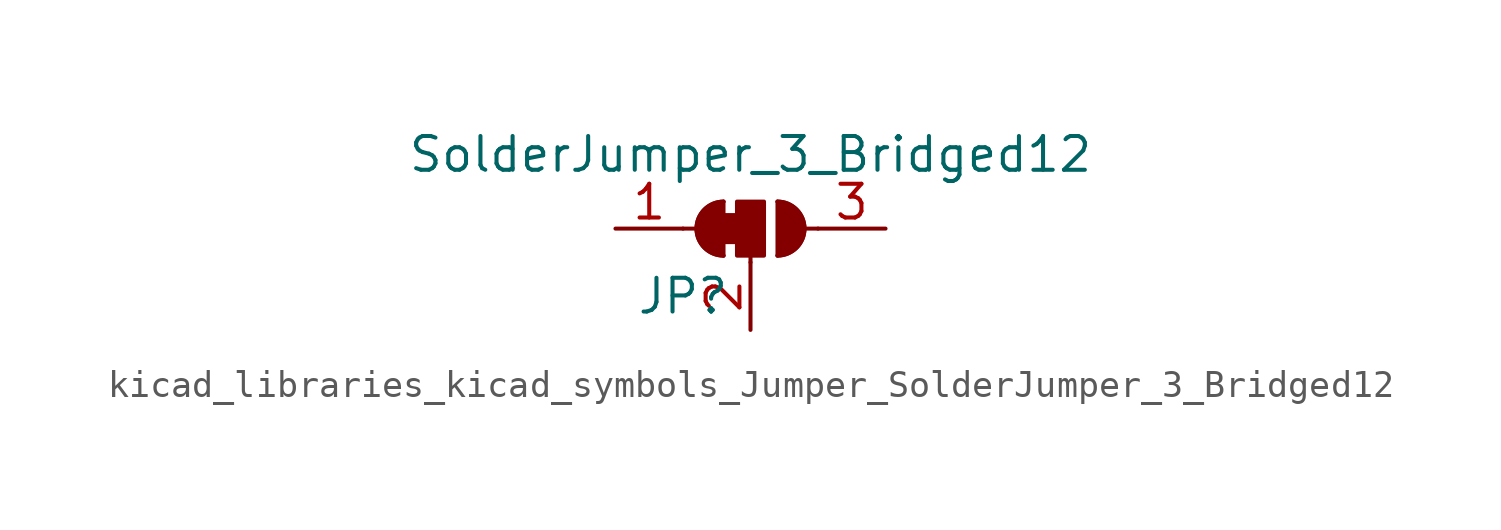
<source format=kicad_sym>
(kicad_symbol_lib
  (version 20220914)
  (generator kicad_symbol_editor)
  (symbol "kicad_libraries_kicad_symbols_Jumper_SolderJumper_3_Bridged12"
    (pin_names
      (offset 0) hide)
    (property "Reference" "JP"
      (at -2.54 -2.54 0)
      (effects (font (size 1.27 1.27))))
    (property "Value" "SolderJumper_3_Bridged12"
      (at 0 2.794 0)
      (effects (font (size 1.27 1.27))))
    (symbol "kicad_libraries_kicad_symbols_Jumper_SolderJumper_3_Bridged12_0_1"
      (rectangle (start -1.016 0.508) (end -0.508 -0.508) (stroke (width 0) (type default)) (fill (type outline)))
      (arc (start -1.016 1.016) (mid -2.0276 0) (end -1.016 -1.016) (stroke (width 0) (type default)) (fill (type none)))
      (arc (start -1.016 1.016) (mid -2.0276 0) (end -1.016 -1.016) (stroke (width 0) (type default)) (fill (type outline)))
      (rectangle (start -0.508 1.016) (end 0.508 -1.016) (stroke (width 0) (type default)) (fill (type outline)))
      (polyline (pts (xy -2.54 0) (xy -2.032 0)) (stroke (width 0) (type default)) (fill (type none)))
      (polyline (pts (xy -1.016 1.016) (xy -1.016 -1.016)) (stroke (width 0) (type default)) (fill (type none)))
      (polyline (pts (xy 0 -1.27) (xy 0 -1.016)) (stroke (width 0) (type default)) (fill (type none)))
      (polyline (pts (xy 1.016 1.016) (xy 1.016 -1.016)) (stroke (width 0) (type default)) (fill (type none)))
      (polyline (pts (xy 2.54 0) (xy 2.032 0)) (stroke (width 0) (type default)) (fill (type none)))
      (arc (start 1.016 -1.016) (mid 2.0276 0) (end 1.016 1.016) (stroke (width 0) (type default)) (fill (type none)))
      (arc (start 1.016 -1.016) (mid 2.0276 0) (end 1.016 1.016) (stroke (width 0) (type default)) (fill (type outline))))
    (symbol "kicad_libraries_kicad_symbols_Jumper_SolderJumper_3_Bridged12_1_1"
      (pin passive line (at -5.08 0 0) (length 2.54) (name "A" (effects (font (size 1.27 1.27)))) (number "1" (effects (font (size 1.27 1.27)))))
      (pin passive line (at 0 -3.81 90) (length 2.54) (name "C" (effects (font (size 1.27 1.27)))) (number "2" (effects (font (size 1.27 1.27)))))
      (pin passive line (at 5.08 0 180) (length 2.54) (name "B" (effects (font (size 1.27 1.27)))) (number "3" (effects (font (size 1.27 1.27))))))))
</source>
